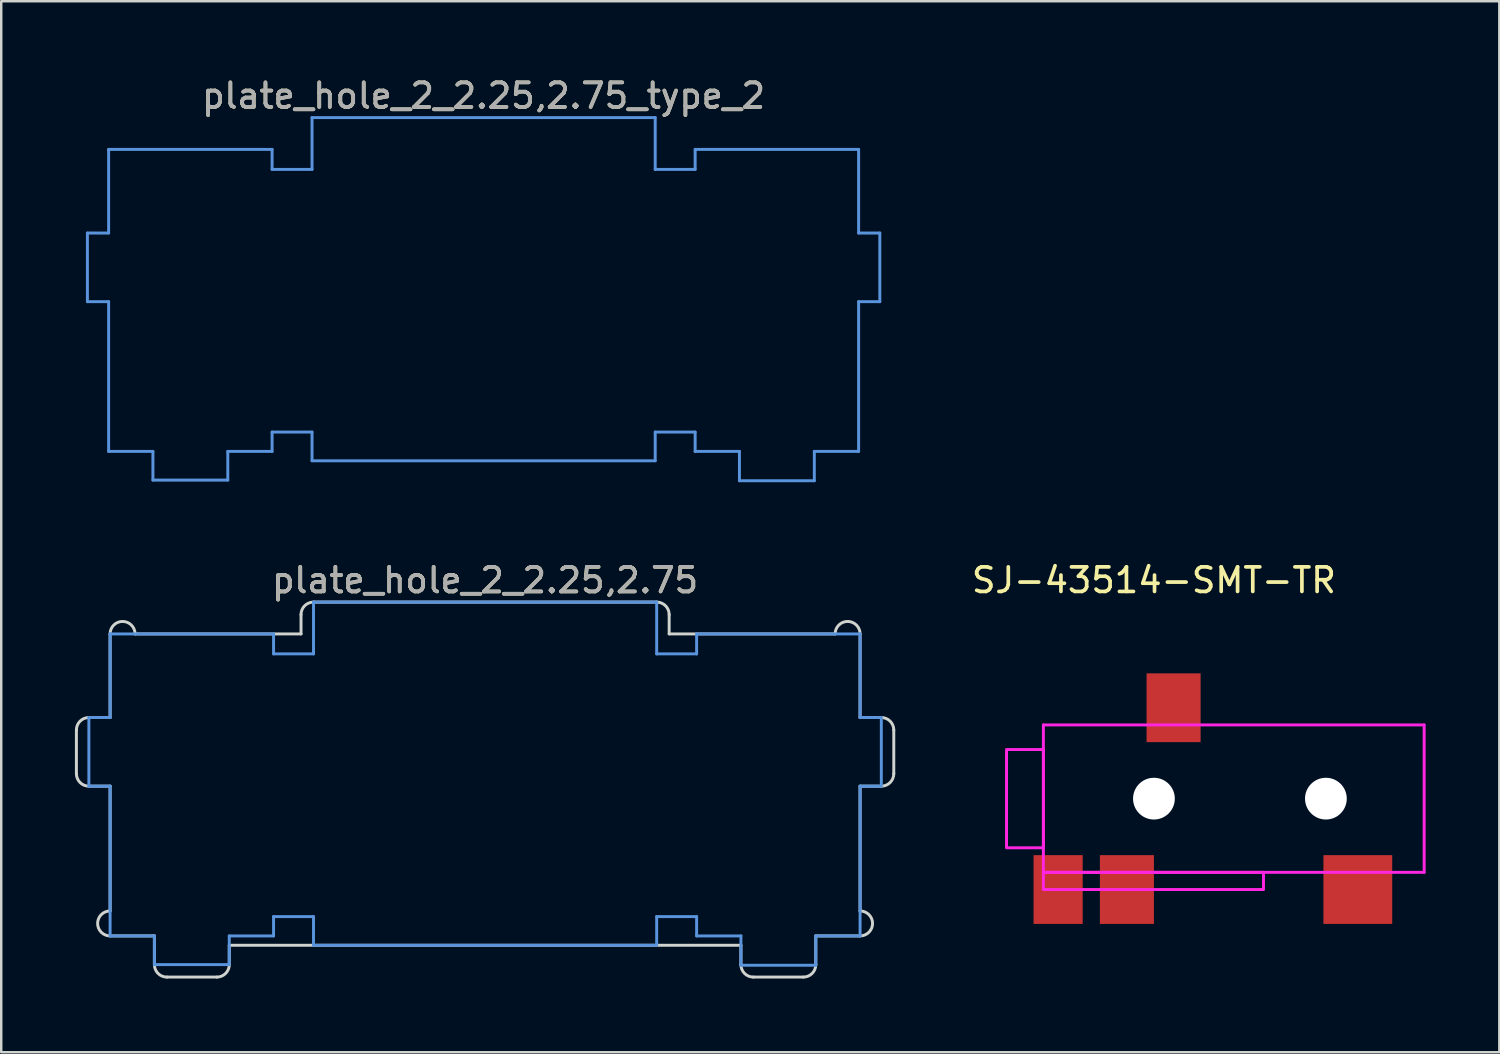
<source format=kicad_pcb>
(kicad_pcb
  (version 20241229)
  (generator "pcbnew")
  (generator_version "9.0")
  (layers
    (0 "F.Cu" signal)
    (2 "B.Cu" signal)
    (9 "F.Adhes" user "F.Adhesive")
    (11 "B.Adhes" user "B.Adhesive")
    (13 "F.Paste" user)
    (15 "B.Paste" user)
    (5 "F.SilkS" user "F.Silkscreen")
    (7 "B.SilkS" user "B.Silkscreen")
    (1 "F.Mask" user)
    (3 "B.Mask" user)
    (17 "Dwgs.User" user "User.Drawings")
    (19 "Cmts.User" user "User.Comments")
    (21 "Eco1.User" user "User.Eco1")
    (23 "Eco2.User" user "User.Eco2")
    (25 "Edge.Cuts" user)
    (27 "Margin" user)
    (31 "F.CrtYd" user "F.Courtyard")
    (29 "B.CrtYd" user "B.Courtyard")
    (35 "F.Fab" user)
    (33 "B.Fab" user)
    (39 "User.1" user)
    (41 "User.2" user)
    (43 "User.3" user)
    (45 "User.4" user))
  (footprint "SJ-43514-SMT-TR"
    (layer "F.Cu")
    (at 43.924 29.461)
    (property "Reference" "SJ-43514-SMT-TR" (at 0 -8.89 0) (unlocked yes) (layer "F.SilkS") (effects (font (size 1 1) (thickness 0.15))))
    (attr smd)
    (fp_line (start -4.5 -3) (end -4.5 3) (stroke (width 0.12) (type solid)) (layer "F.CrtYd"))
    (fp_line (start -4.5 -3) (end 11 -3) (stroke (width 0.12) (type solid)) (layer "F.CrtYd"))
    (fp_line (start -4.5 3) (end 11 3) (stroke (width 0.12) (type solid)) (layer "F.CrtYd"))
    (fp_line (start 11 -3) (end 11 3) (stroke (width 0.12) (type solid)) (layer "F.CrtYd"))
    (fp_rect (start -4.5 -2) (end -6 2) (stroke (width 0.12) (type solid)) (fill no) (layer "F.CrtYd"))
    (fp_rect (start 4.46 3) (end -4.5 3.7) (stroke (width 0.12) (type solid)) (fill no) (layer "F.CrtYd"))
    (pad "" np_thru_hole circle (at 0 0) (size 1.7 1.7) (drill 1.7) (layers "*.Cu" "*.Mask"))
    (pad "" np_thru_hole circle (at 7 0) (size 1.7 1.7) (drill 1.7) (layers "*.Cu" "*.Mask"))
    (pad "1" smd rect (at -3.9 3.7) (size 2 2.8) (layers "F.Cu" "F.Mask" "F.Paste"))
    (pad "2" smd rect (at 8.3 3.7) (size 2.8 2.8) (layers "F.Cu" "F.Mask" "F.Paste"))
    (pad "3" smd rect (at 0.8 -3.7) (size 2.2 2.8) (layers "F.Cu" "F.Mask" "F.Paste"))
    (pad "4" smd rect (at -1.1 3.7) (size 2.2 2.8) (layers "F.Cu" "F.Mask" "F.Paste")))
  (footprint "plate_hole_2_2.25,2.75"
    (layer "F.Cu")
    (at 16.697 28.445)
    (property "Reference" "plate_hole_2_2.25,2.75" (at 0 -7.874 0) (layer "F.SilkS") (effects (font (size 1 1) (thickness 0.15))))
    (attr through_hole)
    (fp_line (start -16.129 -2.286) (end -15.265 -2.286) (stroke (width 0.12) (type solid)) (layer "Cmts.User"))
    (fp_line (start -16.129 0.508) (end -16.129 -2.286) (stroke (width 0.12) (type solid)) (layer "Cmts.User"))
    (fp_line (start -15.265 -5.69) (end -8.611 -5.69) (stroke (width 0.12) (type solid)) (layer "Cmts.User"))
    (fp_line (start -15.265 -2.286) (end -15.265 -5.69) (stroke (width 0.12) (type solid)) (layer "Cmts.User"))
    (fp_line (start -15.265 0.508) (end -16.129 0.508) (stroke (width 0.12) (type solid)) (layer "Cmts.User"))
    (fp_line (start -15.265 6.604) (end -15.265 0.508) (stroke (width 0.12) (type solid)) (layer "Cmts.User"))
    (fp_line (start -13.462 6.604) (end -15.265 6.604) (stroke (width 0.12) (type solid)) (layer "Cmts.User"))
    (fp_line (start -13.462 7.772) (end -13.462 6.604) (stroke (width 0.12) (type solid)) (layer "Cmts.User"))
    (fp_line (start -10.414 6.604) (end -10.414 7.772) (stroke (width 0.12) (type solid)) (layer "Cmts.User"))
    (fp_line (start -10.414 6.604) (end -8.611 6.604) (stroke (width 0.12) (type solid)) (layer "Cmts.User"))
    (fp_line (start -10.414 7.772) (end -13.462 7.772) (stroke (width 0.12) (type solid)) (layer "Cmts.User"))
    (fp_line (start -8.611 -5.69) (end -8.611 -4.877) (stroke (width 0.12) (type solid)) (layer "Cmts.User"))
    (fp_line (start -8.611 -4.877) (end -6.985 -4.877) (stroke (width 0.12) (type solid)) (layer "Cmts.User"))
    (fp_line (start -8.611 6.604) (end -8.611 5.817) (stroke (width 0.12) (type solid)) (layer "Cmts.User"))
    (fp_line (start -6.985 -6.985) (end 6.985 -6.985) (stroke (width 0.12) (type solid)) (layer "Cmts.User"))
    (fp_line (start -6.985 -4.877) (end -6.985 -6.985) (stroke (width 0.12) (type solid)) (layer "Cmts.User"))
    (fp_line (start -6.985 5.817) (end -8.611 5.817) (stroke (width 0.12) (type solid)) (layer "Cmts.User"))
    (fp_line (start -6.985 6.985) (end -6.985 5.817) (stroke (width 0.12) (type solid)) (layer "Cmts.User"))
    (fp_line (start 6.985 -6.985) (end 6.985 -4.877) (stroke (width 0.12) (type solid)) (layer "Cmts.User"))
    (fp_line (start 6.985 -4.877) (end 8.611 -4.877) (stroke (width 0.12) (type solid)) (layer "Cmts.User"))
    (fp_line (start 6.985 5.817) (end 6.985 6.985) (stroke (width 0.12) (type solid)) (layer "Cmts.User"))
    (fp_line (start 6.985 6.985) (end -6.985 6.985) (stroke (width 0.12) (type solid)) (layer "Cmts.User"))
    (fp_line (start 8.611 -5.69) (end 15.265 -5.69) (stroke (width 0.12) (type solid)) (layer "Cmts.User"))
    (fp_line (start 8.611 -4.877) (end 8.611 -5.69) (stroke (width 0.12) (type solid)) (layer "Cmts.User"))
    (fp_line (start 8.611 5.817) (end 6.985 5.817) (stroke (width 0.12) (type solid)) (layer "Cmts.User"))
    (fp_line (start 8.611 6.604) (end 8.611 5.817) (stroke (width 0.12) (type solid)) (layer "Cmts.User"))
    (fp_line (start 10.414 6.604) (end 8.611 6.604) (stroke (width 0.12) (type solid)) (layer "Cmts.User"))
    (fp_line (start 10.414 7.798) (end 10.414 6.604) (stroke (width 0.12) (type solid)) (layer "Cmts.User"))
    (fp_line (start 13.462 6.604) (end 13.462 7.798) (stroke (width 0.12) (type solid)) (layer "Cmts.User"))
    (fp_line (start 13.462 7.798) (end 10.414 7.798) (stroke (width 0.12) (type solid)) (layer "Cmts.User"))
    (fp_line (start 15.265 -5.69) (end 15.265 -2.286) (stroke (width 0.12) (type solid)) (layer "Cmts.User"))
    (fp_line (start 15.265 -2.286) (end 16.129 -2.286) (stroke (width 0.12) (type solid)) (layer "Cmts.User"))
    (fp_line (start 15.265 0.508) (end 15.265 6.604) (stroke (width 0.12) (type solid)) (layer "Cmts.User"))
    (fp_line (start 15.265 6.604) (end 13.462 6.604) (stroke (width 0.12) (type solid)) (layer "Cmts.User"))
    (fp_line (start 16.129 -2.286) (end 16.129 0.508) (stroke (width 0.12) (type solid)) (layer "Cmts.User"))
    (fp_line (start 16.129 0.508) (end 15.265 0.508) (stroke (width 0.12) (type solid)) (layer "Cmts.User"))
    (fp_line (start -16.637 0) (end -16.637 -1.778) (stroke (width 0.12) (type solid)) (layer "Edge.Cuts"))
    (fp_line (start -16.129 -2.286) (end -15.265 -2.286) (stroke (width 0.12) (type solid)) (layer "Edge.Cuts"))
    (fp_line (start -16.129 0.508) (end -15.265 0.508) (stroke (width 0.12) (type solid)) (layer "Edge.Cuts"))
    (fp_line (start -15.265 -2.286) (end -15.265 -5.69) (stroke (width 0.12) (type solid)) (layer "Edge.Cuts"))
    (fp_line (start -15.265 5.588) (end -15.265 0.508) (stroke (width 0.12) (type solid)) (layer "Edge.Cuts"))
    (fp_line (start -15.265 6.604) (end -13.462 6.604) (stroke (width 0.12) (type solid)) (layer "Edge.Cuts"))
    (fp_line (start -14.249 -5.69) (end -7.493 -5.69) (stroke (width 0.12) (type solid)) (layer "Edge.Cuts"))
    (fp_line (start -13.462 7.772) (end -13.462 6.604) (stroke (width 0.12) (type solid)) (layer "Edge.Cuts"))
    (fp_line (start -10.922 8.28) (end -12.954 8.28) (stroke (width 0.12) (type solid)) (layer "Edge.Cuts"))
    (fp_line (start -10.414 7.772) (end -10.414 6.985) (stroke (width 0.12) (type solid)) (layer "Edge.Cuts"))
    (fp_line (start -7.493 -6.477) (end -7.493 -5.69) (stroke (width 0.12) (type solid)) (layer "Edge.Cuts"))
    (fp_line (start 6.985 -6.985) (end -6.985 -6.985) (stroke (width 0.12) (type solid)) (layer "Edge.Cuts"))
    (fp_line (start 7.493 -6.477) (end 7.493 -5.69) (stroke (width 0.12) (type solid)) (layer "Edge.Cuts"))
    (fp_line (start 7.493 -5.69) (end 14.249 -5.69) (stroke (width 0.12) (type solid)) (layer "Edge.Cuts"))
    (fp_line (start 10.414 6.985) (end -10.414 6.985) (stroke (width 0.12) (type solid)) (layer "Edge.Cuts"))
    (fp_line (start 10.414 7.772) (end 10.414 6.985) (stroke (width 0.12) (type solid)) (layer "Edge.Cuts"))
    (fp_line (start 12.954 8.28) (end 10.922 8.28) (stroke (width 0.12) (type solid)) (layer "Edge.Cuts"))
    (fp_line (start 13.462 7.772) (end 13.462 6.604) (stroke (width 0.12) (type solid)) (layer "Edge.Cuts"))
    (fp_line (start 15.265 -2.286) (end 15.265 -5.69) (stroke (width 0.12) (type solid)) (layer "Edge.Cuts"))
    (fp_line (start 15.265 5.588) (end 15.265 0.508) (stroke (width 0.12) (type solid)) (layer "Edge.Cuts"))
    (fp_line (start 15.265 6.604) (end 13.462 6.604) (stroke (width 0.12) (type solid)) (layer "Edge.Cuts"))
    (fp_line (start 16.129 -2.286) (end 15.265 -2.286) (stroke (width 0.12) (type solid)) (layer "Edge.Cuts"))
    (fp_line (start 16.129 0.508) (end 15.265 0.508) (stroke (width 0.12) (type solid)) (layer "Edge.Cuts"))
    (fp_line (start 16.637 -1.778) (end 16.637 0) (stroke (width 0.12) (type solid)) (layer "Edge.Cuts"))
    (fp_arc (start -16.637 -1.778) (mid -16.48821 -2.13721) (end -16.129 -2.286) (stroke (width 0.12) (type solid)) (layer "Edge.Cuts"))
    (fp_arc (start -16.129 0.508) (mid -16.48821 0.35921) (end -16.637 0) (stroke (width 0.12) (type solid)) (layer "Edge.Cuts"))
    (fp_arc (start -15.2654 -5.6896) (mid -14.7574 -6.1976) (end -14.2494 -5.6896) (stroke (width 0.12) (type solid)) (layer "Edge.Cuts"))
    (fp_arc (start -15.2654 6.604) (mid -15.7734 6.096) (end -15.2654 5.588) (stroke (width 0.12) (type solid)) (layer "Edge.Cuts"))
    (fp_arc (start -12.954 8.2804) (mid -13.31321 8.13161) (end -13.462 7.7724) (stroke (width 0.12) (type solid)) (layer "Edge.Cuts"))
    (fp_arc (start -10.414 7.7724) (mid -10.56279 8.13161) (end -10.922 8.2804) (stroke (width 0.12) (type solid)) (layer "Edge.Cuts"))
    (fp_arc (start -7.493 -6.477) (mid -7.34421 -6.83621) (end -6.985 -6.985) (stroke (width 0.12) (type solid)) (layer "Edge.Cuts"))
    (fp_arc (start 6.985 -6.985) (mid 7.34421 -6.83621) (end 7.493 -6.477) (stroke (width 0.12) (type solid)) (layer "Edge.Cuts"))
    (fp_arc (start 10.922 8.2804) (mid 10.56279 8.13161) (end 10.414 7.7724) (stroke (width 0.12) (type solid)) (layer "Edge.Cuts"))
    (fp_arc (start 13.462 7.7724) (mid 13.31321 8.13161) (end 12.954 8.2804) (stroke (width 0.12) (type solid)) (layer "Edge.Cuts"))
    (fp_arc (start 14.2494 -5.6896) (mid 14.7574 -6.1976) (end 15.2654 -5.6896) (stroke (width 0.12) (type solid)) (layer "Edge.Cuts"))
    (fp_arc (start 15.2654 5.588) (mid 15.7734 6.096) (end 15.2654 6.604) (stroke (width 0.12) (type solid)) (layer "Edge.Cuts"))
    (fp_arc (start 16.129 -2.286) (mid 16.48821 -2.13721) (end 16.637 -1.778) (stroke (width 0.12) (type solid)) (layer "Edge.Cuts"))
    (fp_arc (start 16.637 0) (mid 16.48821 0.35921) (end 16.129 0.508) (stroke (width 0.12) (type solid)) (layer "Edge.Cuts"))
    (fp_text user "${REFERENCE}" (at 0 -7.874 0) (layer "F.Fab") (effects (font (size 1 1) (thickness 0.15)))))
  (footprint "plate_hole_2_2.25,2.75_type_2"
    (layer "F.Cu")
    (at 16.637 8.722)
    (property "Reference" "plate_hole_2_2.25,2.75_type_2" (at 0 -7.874 0) (layer "F.SilkS") (effects (font (size 1 1) (thickness 0.15))))
    (attr through_hole)
    (fp_line (start -16.129 -2.286) (end -15.265 -2.286) (stroke (width 0.12) (type solid)) (layer "Cmts.User"))
    (fp_line (start -16.129 0.508) (end -16.129 -2.286) (stroke (width 0.12) (type solid)) (layer "Cmts.User"))
    (fp_line (start -15.265 -5.69) (end -8.611 -5.69) (stroke (width 0.12) (type solid)) (layer "Cmts.User"))
    (fp_line (start -15.265 -2.286) (end -15.265 -5.69) (stroke (width 0.12) (type solid)) (layer "Cmts.User"))
    (fp_line (start -15.265 0.508) (end -16.129 0.508) (stroke (width 0.12) (type solid)) (layer "Cmts.User"))
    (fp_line (start -15.265 6.604) (end -15.265 0.508) (stroke (width 0.12) (type solid)) (layer "Cmts.User"))
    (fp_line (start -13.462 6.604) (end -15.265 6.604) (stroke (width 0.12) (type solid)) (layer "Cmts.User"))
    (fp_line (start -13.462 7.772) (end -13.462 6.604) (stroke (width 0.12) (type solid)) (layer "Cmts.User"))
    (fp_line (start -10.414 6.604) (end -10.414 7.772) (stroke (width 0.12) (type solid)) (layer "Cmts.User"))
    (fp_line (start -10.414 6.604) (end -8.611 6.604) (stroke (width 0.12) (type solid)) (layer "Cmts.User"))
    (fp_line (start -10.414 7.772) (end -13.462 7.772) (stroke (width 0.12) (type solid)) (layer "Cmts.User"))
    (fp_line (start -8.611 -5.69) (end -8.611 -4.877) (stroke (width 0.12) (type solid)) (layer "Cmts.User"))
    (fp_line (start -8.611 -4.877) (end -6.985 -4.877) (stroke (width 0.12) (type solid)) (layer "Cmts.User"))
    (fp_line (start -8.611 6.604) (end -8.611 5.817) (stroke (width 0.12) (type solid)) (layer "Cmts.User"))
    (fp_line (start -6.985 -6.985) (end 6.985 -6.985) (stroke (width 0.12) (type solid)) (layer "Cmts.User"))
    (fp_line (start -6.985 -4.877) (end -6.985 -6.985) (stroke (width 0.12) (type solid)) (layer "Cmts.User"))
    (fp_line (start -6.985 5.817) (end -8.611 5.817) (stroke (width 0.12) (type solid)) (layer "Cmts.User"))
    (fp_line (start -6.985 6.985) (end -6.985 5.817) (stroke (width 0.12) (type solid)) (layer "Cmts.User"))
    (fp_line (start 6.985 -6.985) (end 6.985 -4.877) (stroke (width 0.12) (type solid)) (layer "Cmts.User"))
    (fp_line (start 6.985 -4.877) (end 8.611 -4.877) (stroke (width 0.12) (type solid)) (layer "Cmts.User"))
    (fp_line (start 6.985 5.817) (end 6.985 6.985) (stroke (width 0.12) (type solid)) (layer "Cmts.User"))
    (fp_line (start 6.985 6.985) (end -6.985 6.985) (stroke (width 0.12) (type solid)) (layer "Cmts.User"))
    (fp_line (start 8.611 -5.69) (end 15.265 -5.69) (stroke (width 0.12) (type solid)) (layer "Cmts.User"))
    (fp_line (start 8.611 -4.877) (end 8.611 -5.69) (stroke (width 0.12) (type solid)) (layer "Cmts.User"))
    (fp_line (start 8.611 5.817) (end 6.985 5.817) (stroke (width 0.12) (type solid)) (layer "Cmts.User"))
    (fp_line (start 8.611 6.604) (end 8.611 5.817) (stroke (width 0.12) (type solid)) (layer "Cmts.User"))
    (fp_line (start 10.414 6.604) (end 8.611 6.604) (stroke (width 0.12) (type solid)) (layer "Cmts.User"))
    (fp_line (start 10.414 7.798) (end 10.414 6.604) (stroke (width 0.12) (type solid)) (layer "Cmts.User"))
    (fp_line (start 13.462 6.604) (end 13.462 7.798) (stroke (width 0.12) (type solid)) (layer "Cmts.User"))
    (fp_line (start 13.462 7.798) (end 10.414 7.798) (stroke (width 0.12) (type solid)) (layer "Cmts.User"))
    (fp_line (start 15.265 -5.69) (end 15.265 -2.286) (stroke (width 0.12) (type solid)) (layer "Cmts.User"))
    (fp_line (start 15.265 -2.286) (end 16.129 -2.286) (stroke (width 0.12) (type solid)) (layer "Cmts.User"))
    (fp_line (start 15.265 0.508) (end 15.265 6.604) (stroke (width 0.12) (type solid)) (layer "Cmts.User"))
    (fp_line (start 15.265 6.604) (end 13.462 6.604) (stroke (width 0.12) (type solid)) (layer "Cmts.User"))
    (fp_line (start 16.129 -2.286) (end 16.129 0.508) (stroke (width 0.12) (type solid)) (layer "Cmts.User"))
    (fp_line (start 16.129 0.508) (end 15.265 0.508) (stroke (width 0.12) (type solid)) (layer "Cmts.User"))
    (fp_line (start -16.637 0) (end -16.637 -1.778) (stroke (width 0.0001) (type solid)) (layer "Edge.Cuts"))
    (fp_line (start -16.129 -2.286) (end -15.265 -2.286) (stroke (width 0.0001) (type solid)) (layer "Edge.Cuts"))
    (fp_line (start -16.129 0.508) (end -15.265 0.508) (stroke (width 0.0001) (type solid)) (layer "Edge.Cuts"))
    (fp_line (start -15.265 -2.286) (end -15.265 -5.69) (stroke (width 0.0001) (type solid)) (layer "Edge.Cuts"))
    (fp_line (start -15.265 5.588) (end -15.265 0.508) (stroke (width 0.0001) (type solid)) (layer "Edge.Cuts"))
    (fp_line (start -15.265 6.604) (end -13.562 6.604) (stroke (width 0.0001) (type solid)) (layer "Edge.Cuts"))
    (fp_line (start -14.249 -5.69) (end -7.493 -5.69) (stroke (width 0.0001) (type solid)) (layer "Edge.Cuts"))
    (fp_line (start -13.562 7.5) (end -13.562 6.604) (stroke (width 0.0001) (type solid)) (layer "Edge.Cuts"))
    (fp_line (start -10.814 8) (end -13.062 8) (stroke (width 0.0001) (type solid)) (layer "Edge.Cuts"))
    (fp_line (start -10.314 7.5) (end -10.314 6.985) (stroke (width 0.0001) (type solid)) (layer "Edge.Cuts"))
    (fp_line (start -7.493 -6.477) (end -7.493 -5.69) (stroke (width 0.0001) (type solid)) (layer "Edge.Cuts"))
    (fp_line (start 6.985 -6.985) (end -6.985 -6.985) (stroke (width 0.0001) (type solid)) (layer "Edge.Cuts"))
    (fp_line (start 7.493 -6.477) (end 7.493 -5.69) (stroke (width 0.0001) (type solid)) (layer "Edge.Cuts"))
    (fp_line (start 7.493 -5.69) (end 14.249 -5.69) (stroke (width 0.0001) (type solid)) (layer "Edge.Cuts"))
    (fp_line (start 10.314 6.985) (end -10.314 6.985) (stroke (width 0.0001) (type solid)) (layer "Edge.Cuts"))
    (fp_line (start 10.314 7.5) (end 10.314 6.985) (stroke (width 0.0001) (type solid)) (layer "Edge.Cuts"))
    (fp_line (start 10.814 8) (end 13.062 8) (stroke (width 0.0001) (type solid)) (layer "Edge.Cuts"))
    (fp_line (start 13.562 7.5) (end 13.562 6.604) (stroke (width 0.0001) (type solid)) (layer "Edge.Cuts"))
    (fp_line (start 15.265 -2.286) (end 15.265 -5.69) (stroke (width 0.0001) (type solid)) (layer "Edge.Cuts"))
    (fp_line (start 15.265 5.588) (end 15.265 0.508) (stroke (width 0.0001) (type solid)) (layer "Edge.Cuts"))
    (fp_line (start 15.265 6.604) (end 13.562 6.604) (stroke (width 0.0001) (type solid)) (layer "Edge.Cuts"))
    (fp_line (start 16.129 -2.286) (end 15.265 -2.286) (stroke (width 0.0001) (type solid)) (layer "Edge.Cuts"))
    (fp_line (start 16.129 0.508) (end 15.265 0.508) (stroke (width 0.0001) (type solid)) (layer "Edge.Cuts"))
    (fp_line (start 16.637 -1.778) (end 16.637 0) (stroke (width 0.0001) (type solid)) (layer "Edge.Cuts"))
    (fp_arc (start -16.637 -1.778) (mid -16.48821 -2.13721) (end -16.129 -2.286) (stroke (width 0.0001) (type solid)) (layer "Edge.Cuts"))
    (fp_arc (start -16.129 0.508) (mid -16.48821 0.35921) (end -16.637 0) (stroke (width 0.0001) (type solid)) (layer "Edge.Cuts"))
    (fp_arc (start -15.2654 -5.6896) (mid -14.7574 -6.1976) (end -14.2494 -5.6896) (stroke (width 0.0001) (type solid)) (layer "Edge.Cuts"))
    (fp_arc (start -15.2654 6.604) (mid -15.7734 6.096) (end -15.2654 5.588) (stroke (width 0.0001) (type solid)) (layer "Edge.Cuts"))
    (fp_arc (start -13.062 8) (mid -13.415553 7.853553) (end -13.562 7.5) (stroke (width 0.0001) (type solid)) (layer "Edge.Cuts"))
    (fp_arc (start -10.314 7.5) (mid -10.460447 7.853553) (end -10.814 8) (stroke (width 0.0001) (type solid)) (layer "Edge.Cuts"))
    (fp_arc (start -7.493 -6.477) (mid -7.34421 -6.83621) (end -6.985 -6.985) (stroke (width 0.0001) (type solid)) (layer "Edge.Cuts"))
    (fp_arc (start 6.985 -6.985) (mid 7.34421 -6.83621) (end 7.493 -6.477) (stroke (width 0.0001) (type solid)) (layer "Edge.Cuts"))
    (fp_arc (start 10.814 8) (mid 10.460447 7.853553) (end 10.314 7.5) (stroke (width 0.0001) (type solid)) (layer "Edge.Cuts"))
    (fp_arc (start 13.562 7.5) (mid 13.415553 7.853553) (end 13.062 8) (stroke (width 0.0001) (type solid)) (layer "Edge.Cuts"))
    (fp_arc (start 14.2494 -5.6896) (mid 14.7574 -6.1976) (end 15.2654 -5.6896) (stroke (width 0.0001) (type solid)) (layer "Edge.Cuts"))
    (fp_arc (start 15.2654 5.588) (mid 15.7734 6.096) (end 15.2654 6.604) (stroke (width 0.0001) (type solid)) (layer "Edge.Cuts"))
    (fp_arc (start 16.129 -2.286) (mid 16.48821 -2.13721) (end 16.637 -1.778) (stroke (width 0.0001) (type solid)) (layer "Edge.Cuts"))
    (fp_arc (start 16.637 0) (mid 16.48821 0.35921) (end 16.129 0.508) (stroke (width 0.0001) (type solid)) (layer "Edge.Cuts"))
    (fp_text user "${REFERENCE}" (at 0 -7.874 0) (layer "F.Fab") (effects (font (size 1 1) (thickness 0.15)))))
  (gr_rect
    (start -3 -3)
    (end 57.984 39.785)
    (stroke (width 0.1) (type default))
    (fill no)
    (layer "Edge.Cuts")))
</source>
